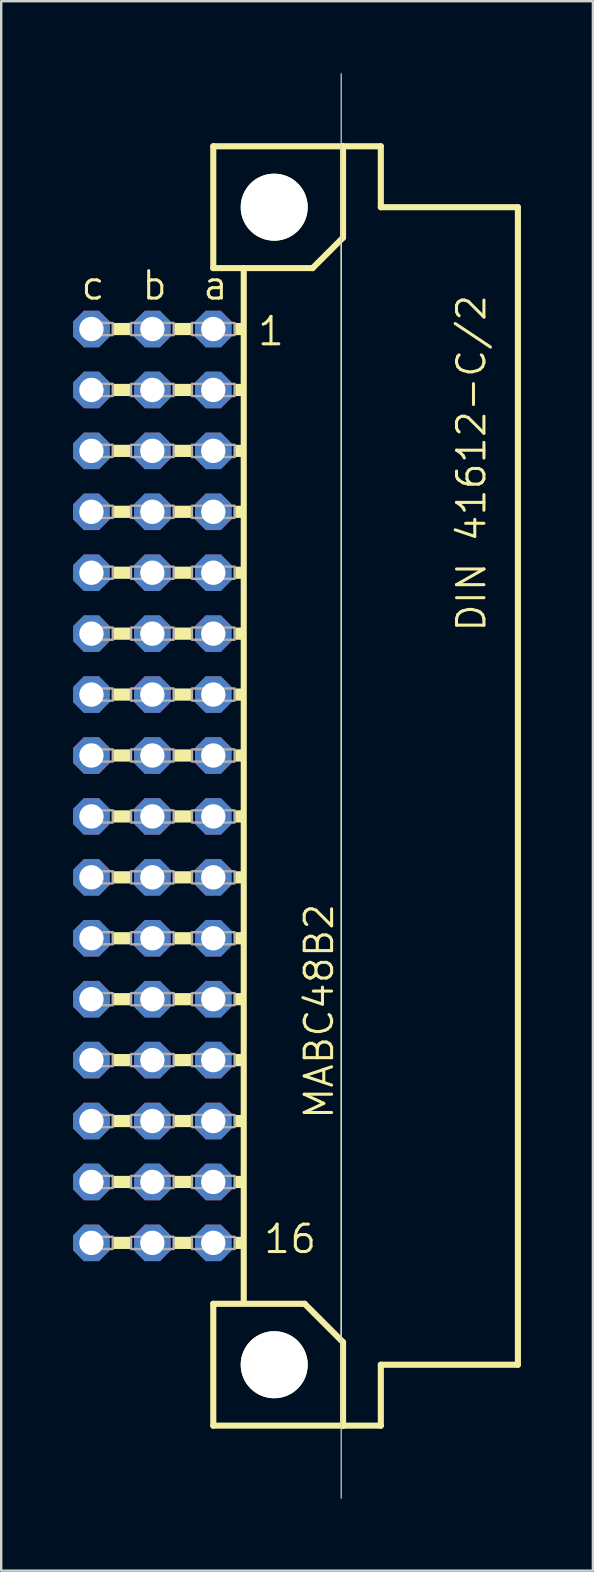
<source format=kicad_pcb>
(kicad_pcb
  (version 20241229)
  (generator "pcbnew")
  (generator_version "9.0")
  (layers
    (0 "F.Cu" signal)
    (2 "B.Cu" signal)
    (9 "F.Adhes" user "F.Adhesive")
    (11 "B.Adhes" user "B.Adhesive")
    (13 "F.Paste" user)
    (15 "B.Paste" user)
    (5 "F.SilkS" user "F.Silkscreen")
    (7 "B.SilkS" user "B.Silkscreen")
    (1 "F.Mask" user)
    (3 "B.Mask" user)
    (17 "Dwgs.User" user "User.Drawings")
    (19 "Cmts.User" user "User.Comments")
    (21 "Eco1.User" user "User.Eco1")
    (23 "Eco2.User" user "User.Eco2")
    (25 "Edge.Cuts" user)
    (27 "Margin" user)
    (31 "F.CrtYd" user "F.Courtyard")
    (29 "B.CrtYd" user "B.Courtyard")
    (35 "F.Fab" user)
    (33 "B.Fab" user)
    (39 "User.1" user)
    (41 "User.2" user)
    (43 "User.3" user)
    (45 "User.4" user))
  (footprint "MABC48B2"
    (layer "F.Cu")
    (at 10.922 29.718)
    (property "Reference" "MABC48B2" (at 0 13.97 90) (layer "F.SilkS") (effects (font (size 1.143 1.143) (thickness 0.127)) (justify left bottom)))
    (fp_line (start -5.08 -26.67) (end -5.08 -21.59) (stroke (width 0.254) (type solid)) (layer "F.SilkS"))
    (fp_line (start -5.08 -21.59) (end -3.81 -21.59) (stroke (width 0.254) (type solid)) (layer "F.SilkS"))
    (fp_line (start -5.08 21.59) (end -5.08 26.67) (stroke (width 0.254) (type solid)) (layer "F.SilkS"))
    (fp_line (start -5.08 21.59) (end -1.27 21.59) (stroke (width 0.254) (type solid)) (layer "F.SilkS"))
    (fp_line (start -5.08 26.67) (end 0.33 26.67) (stroke (width 0.254) (type solid)) (layer "F.SilkS"))
    (fp_line (start -3.81 -21.59) (end -3.81 21.463) (stroke (width 0.254) (type solid)) (layer "F.SilkS"))
    (fp_line (start -3.81 -21.59) (end -0.94 -21.59) (stroke (width 0.254) (type solid)) (layer "F.SilkS"))
    (fp_line (start -0.94 -21.59) (end 0.33 -22.86) (stroke (width 0.254) (type solid)) (layer "F.SilkS"))
    (fp_line (start 0.254 -23.495) (end 0.254 23.495) (stroke (width 0.051) (type solid)) (layer "F.SilkS"))
    (fp_line (start 0.33 -26.67) (end -5.08 -26.67) (stroke (width 0.254) (type solid)) (layer "F.SilkS"))
    (fp_line (start 0.33 -22.86) (end 0.33 -26.67) (stroke (width 0.254) (type solid)) (layer "F.SilkS"))
    (fp_line (start 0.33 23.19) (end -1.27 21.59) (stroke (width 0.254) (type solid)) (layer "F.SilkS"))
    (fp_line (start 0.33 23.19) (end 0.33 26.67) (stroke (width 0.254) (type solid)) (layer "F.SilkS"))
    (fp_line (start 0.33 26.67) (end 1.905 26.67) (stroke (width 0.254) (type solid)) (layer "F.SilkS"))
    (fp_line (start 1.905 -26.67) (end 0.33 -26.67) (stroke (width 0.254) (type solid)) (layer "F.SilkS"))
    (fp_line (start 1.905 -24.13) (end 1.905 -26.67) (stroke (width 0.254) (type solid)) (layer "F.SilkS"))
    (fp_line (start 1.905 24.13) (end 7.62 24.13) (stroke (width 0.254) (type solid)) (layer "F.SilkS"))
    (fp_line (start 1.905 26.67) (end 1.905 24.13) (stroke (width 0.254) (type solid)) (layer "F.SilkS"))
    (fp_line (start 7.62 -24.13) (end 1.905 -24.13) (stroke (width 0.254) (type solid)) (layer "F.SilkS"))
    (fp_line (start 7.62 24.13) (end 7.62 -24.13) (stroke (width 0.254) (type solid)) (layer "F.SilkS"))
    (fp_circle (center -2.54 -24.13) (end -1.27 -24.13) (stroke (width 0.254) (type solid)) (fill no) (layer "F.SilkS"))
    (fp_circle (center -2.54 24.13) (end -1.27 24.13) (stroke (width 0.254) (type solid)) (fill no) (layer "F.SilkS"))
    (fp_poly (pts (xy -9.271 -18.796) (xy -8.509 -18.796) (xy -8.509 -19.304) (xy -9.271 -19.304)) (stroke (width 0) (type default)) (fill yes) (layer "F.SilkS"))
    (fp_poly (pts (xy -9.271 -16.256) (xy -8.509 -16.256) (xy -8.509 -16.764) (xy -9.271 -16.764)) (stroke (width 0) (type default)) (fill yes) (layer "F.SilkS"))
    (fp_poly (pts (xy -9.271 -13.716) (xy -8.509 -13.716) (xy -8.509 -14.224) (xy -9.271 -14.224)) (stroke (width 0) (type default)) (fill yes) (layer "F.SilkS"))
    (fp_poly (pts (xy -9.271 -11.176) (xy -8.509 -11.176) (xy -8.509 -11.684) (xy -9.271 -11.684)) (stroke (width 0) (type default)) (fill yes) (layer "F.SilkS"))
    (fp_poly (pts (xy -9.271 -8.636) (xy -8.509 -8.636) (xy -8.509 -9.144) (xy -9.271 -9.144)) (stroke (width 0) (type default)) (fill yes) (layer "F.SilkS"))
    (fp_poly (pts (xy -9.271 -6.096) (xy -8.509 -6.096) (xy -8.509 -6.604) (xy -9.271 -6.604)) (stroke (width 0) (type default)) (fill yes) (layer "F.SilkS"))
    (fp_poly (pts (xy -9.271 -3.556) (xy -8.509 -3.556) (xy -8.509 -4.064) (xy -9.271 -4.064)) (stroke (width 0) (type default)) (fill yes) (layer "F.SilkS"))
    (fp_poly (pts (xy -9.271 -1.016) (xy -8.509 -1.016) (xy -8.509 -1.524) (xy -9.271 -1.524)) (stroke (width 0) (type default)) (fill yes) (layer "F.SilkS"))
    (fp_poly (pts (xy -9.271 1.524) (xy -8.509 1.524) (xy -8.509 1.016) (xy -9.271 1.016)) (stroke (width 0) (type default)) (fill yes) (layer "F.SilkS"))
    (fp_poly (pts (xy -9.271 4.064) (xy -8.509 4.064) (xy -8.509 3.556) (xy -9.271 3.556)) (stroke (width 0) (type default)) (fill yes) (layer "F.SilkS"))
    (fp_poly (pts (xy -9.271 6.604) (xy -8.509 6.604) (xy -8.509 6.096) (xy -9.271 6.096)) (stroke (width 0) (type default)) (fill yes) (layer "F.SilkS"))
    (fp_poly (pts (xy -9.271 9.144) (xy -8.509 9.144) (xy -8.509 8.636) (xy -9.271 8.636)) (stroke (width 0) (type default)) (fill yes) (layer "F.SilkS"))
    (fp_poly (pts (xy -9.271 11.684) (xy -8.509 11.684) (xy -8.509 11.176) (xy -9.271 11.176)) (stroke (width 0) (type default)) (fill yes) (layer "F.SilkS"))
    (fp_poly (pts (xy -9.271 14.224) (xy -8.509 14.224) (xy -8.509 13.716) (xy -9.271 13.716)) (stroke (width 0) (type default)) (fill yes) (layer "F.SilkS"))
    (fp_poly (pts (xy -9.271 16.764) (xy -8.509 16.764) (xy -8.509 16.256) (xy -9.271 16.256)) (stroke (width 0) (type default)) (fill yes) (layer "F.SilkS"))
    (fp_poly (pts (xy -9.271 19.304) (xy -8.509 19.304) (xy -8.509 18.796) (xy -9.271 18.796)) (stroke (width 0) (type default)) (fill yes) (layer "F.SilkS"))
    (fp_poly (pts (xy -6.731 -18.796) (xy -5.969 -18.796) (xy -5.969 -19.304) (xy -6.731 -19.304)) (stroke (width 0) (type default)) (fill yes) (layer "F.SilkS"))
    (fp_poly (pts (xy -6.731 -16.256) (xy -5.969 -16.256) (xy -5.969 -16.764) (xy -6.731 -16.764)) (stroke (width 0) (type default)) (fill yes) (layer "F.SilkS"))
    (fp_poly (pts (xy -6.731 -13.716) (xy -5.969 -13.716) (xy -5.969 -14.224) (xy -6.731 -14.224)) (stroke (width 0) (type default)) (fill yes) (layer "F.SilkS"))
    (fp_poly (pts (xy -6.731 -11.176) (xy -5.969 -11.176) (xy -5.969 -11.684) (xy -6.731 -11.684)) (stroke (width 0) (type default)) (fill yes) (layer "F.SilkS"))
    (fp_poly (pts (xy -6.731 -8.636) (xy -5.969 -8.636) (xy -5.969 -9.144) (xy -6.731 -9.144)) (stroke (width 0) (type default)) (fill yes) (layer "F.SilkS"))
    (fp_poly (pts (xy -6.731 -6.096) (xy -5.969 -6.096) (xy -5.969 -6.604) (xy -6.731 -6.604)) (stroke (width 0) (type default)) (fill yes) (layer "F.SilkS"))
    (fp_poly (pts (xy -6.731 -3.556) (xy -5.969 -3.556) (xy -5.969 -4.064) (xy -6.731 -4.064)) (stroke (width 0) (type default)) (fill yes) (layer "F.SilkS"))
    (fp_poly (pts (xy -6.731 -1.016) (xy -5.969 -1.016) (xy -5.969 -1.524) (xy -6.731 -1.524)) (stroke (width 0) (type default)) (fill yes) (layer "F.SilkS"))
    (fp_poly (pts (xy -6.731 1.524) (xy -5.969 1.524) (xy -5.969 1.016) (xy -6.731 1.016)) (stroke (width 0) (type default)) (fill yes) (layer "F.SilkS"))
    (fp_poly (pts (xy -6.731 4.064) (xy -5.969 4.064) (xy -5.969 3.556) (xy -6.731 3.556)) (stroke (width 0) (type default)) (fill yes) (layer "F.SilkS"))
    (fp_poly (pts (xy -6.731 6.604) (xy -5.969 6.604) (xy -5.969 6.096) (xy -6.731 6.096)) (stroke (width 0) (type default)) (fill yes) (layer "F.SilkS"))
    (fp_poly (pts (xy -6.731 9.144) (xy -5.969 9.144) (xy -5.969 8.636) (xy -6.731 8.636)) (stroke (width 0) (type default)) (fill yes) (layer "F.SilkS"))
    (fp_poly (pts (xy -6.731 11.684) (xy -5.969 11.684) (xy -5.969 11.176) (xy -6.731 11.176)) (stroke (width 0) (type default)) (fill yes) (layer "F.SilkS"))
    (fp_poly (pts (xy -6.731 14.224) (xy -5.969 14.224) (xy -5.969 13.716) (xy -6.731 13.716)) (stroke (width 0) (type default)) (fill yes) (layer "F.SilkS"))
    (fp_poly (pts (xy -6.731 16.764) (xy -5.969 16.764) (xy -5.969 16.256) (xy -6.731 16.256)) (stroke (width 0) (type default)) (fill yes) (layer "F.SilkS"))
    (fp_poly (pts (xy -6.731 19.304) (xy -5.969 19.304) (xy -5.969 18.796) (xy -6.731 18.796)) (stroke (width 0) (type default)) (fill yes) (layer "F.SilkS"))
    (fp_poly (pts (xy -4.191 -18.796) (xy -3.81 -18.796) (xy -3.81 -19.304) (xy -4.191 -19.304)) (stroke (width 0) (type default)) (fill yes) (layer "F.SilkS"))
    (fp_poly (pts (xy -4.191 -16.256) (xy -3.81 -16.256) (xy -3.81 -16.764) (xy -4.191 -16.764)) (stroke (width 0) (type default)) (fill yes) (layer "F.SilkS"))
    (fp_poly (pts (xy -4.191 -13.716) (xy -3.81 -13.716) (xy -3.81 -14.224) (xy -4.191 -14.224)) (stroke (width 0) (type default)) (fill yes) (layer "F.SilkS"))
    (fp_poly (pts (xy -4.191 -11.176) (xy -3.81 -11.176) (xy -3.81 -11.684) (xy -4.191 -11.684)) (stroke (width 0) (type default)) (fill yes) (layer "F.SilkS"))
    (fp_poly (pts (xy -4.191 -8.636) (xy -3.81 -8.636) (xy -3.81 -9.144) (xy -4.191 -9.144)) (stroke (width 0) (type default)) (fill yes) (layer "F.SilkS"))
    (fp_poly (pts (xy -4.191 -6.096) (xy -3.81 -6.096) (xy -3.81 -6.604) (xy -4.191 -6.604)) (stroke (width 0) (type default)) (fill yes) (layer "F.SilkS"))
    (fp_poly (pts (xy -4.191 -3.556) (xy -3.81 -3.556) (xy -3.81 -4.064) (xy -4.191 -4.064)) (stroke (width 0) (type default)) (fill yes) (layer "F.SilkS"))
    (fp_poly (pts (xy -4.191 -1.016) (xy -3.81 -1.016) (xy -3.81 -1.524) (xy -4.191 -1.524)) (stroke (width 0) (type default)) (fill yes) (layer "F.SilkS"))
    (fp_poly (pts (xy -4.191 1.524) (xy -3.81 1.524) (xy -3.81 1.016) (xy -4.191 1.016)) (stroke (width 0) (type default)) (fill yes) (layer "F.SilkS"))
    (fp_poly (pts (xy -4.191 4.064) (xy -3.81 4.064) (xy -3.81 3.556) (xy -4.191 3.556)) (stroke (width 0) (type default)) (fill yes) (layer "F.SilkS"))
    (fp_poly (pts (xy -4.191 6.604) (xy -3.81 6.604) (xy -3.81 6.096) (xy -4.191 6.096)) (stroke (width 0) (type default)) (fill yes) (layer "F.SilkS"))
    (fp_poly (pts (xy -4.191 9.144) (xy -3.81 9.144) (xy -3.81 8.636) (xy -4.191 8.636)) (stroke (width 0) (type default)) (fill yes) (layer "F.SilkS"))
    (fp_poly (pts (xy -4.191 11.684) (xy -3.81 11.684) (xy -3.81 11.176) (xy -4.191 11.176)) (stroke (width 0) (type default)) (fill yes) (layer "F.SilkS"))
    (fp_poly (pts (xy -4.191 14.224) (xy -3.81 14.224) (xy -3.81 13.716) (xy -4.191 13.716)) (stroke (width 0) (type default)) (fill yes) (layer "F.SilkS"))
    (fp_poly (pts (xy -4.191 16.764) (xy -3.81 16.764) (xy -3.81 16.256) (xy -4.191 16.256)) (stroke (width 0) (type default)) (fill yes) (layer "F.SilkS"))
    (fp_poly (pts (xy -4.191 19.304) (xy -3.81 19.304) (xy -3.81 18.796) (xy -4.191 18.796)) (stroke (width 0) (type default)) (fill yes) (layer "F.SilkS"))
    (fp_line (start 0.254 29.693) (end 0.254 -29.693) (stroke (width 0.05) (type solid)) (layer "Edge.Cuts"))
    (fp_poly (pts (xy -10.414 -18.796) (xy -9.271 -18.796) (xy -9.271 -19.304) (xy -10.414 -19.304)) (stroke (width 0.1) (type default)) (fill no) (layer "F.Fab"))
    (fp_poly (pts (xy -10.414 -16.256) (xy -9.271 -16.256) (xy -9.271 -16.764) (xy -10.414 -16.764)) (stroke (width 0.1) (type default)) (fill no) (layer "F.Fab"))
    (fp_poly (pts (xy -10.414 -13.716) (xy -9.271 -13.716) (xy -9.271 -14.224) (xy -10.414 -14.224)) (stroke (width 0.1) (type default)) (fill no) (layer "F.Fab"))
    (fp_poly (pts (xy -10.414 -11.176) (xy -9.271 -11.176) (xy -9.271 -11.684) (xy -10.414 -11.684)) (stroke (width 0.1) (type default)) (fill no) (layer "F.Fab"))
    (fp_poly (pts (xy -10.414 -8.636) (xy -9.271 -8.636) (xy -9.271 -9.144) (xy -10.414 -9.144)) (stroke (width 0.1) (type default)) (fill no) (layer "F.Fab"))
    (fp_poly (pts (xy -10.414 -6.096) (xy -9.271 -6.096) (xy -9.271 -6.604) (xy -10.414 -6.604)) (stroke (width 0.1) (type default)) (fill no) (layer "F.Fab"))
    (fp_poly (pts (xy -10.414 -3.556) (xy -9.271 -3.556) (xy -9.271 -4.064) (xy -10.414 -4.064)) (stroke (width 0.1) (type default)) (fill no) (layer "F.Fab"))
    (fp_poly (pts (xy -10.414 -1.016) (xy -9.271 -1.016) (xy -9.271 -1.524) (xy -10.414 -1.524)) (stroke (width 0.1) (type default)) (fill no) (layer "F.Fab"))
    (fp_poly (pts (xy -10.414 1.524) (xy -9.271 1.524) (xy -9.271 1.016) (xy -10.414 1.016)) (stroke (width 0.1) (type default)) (fill no) (layer "F.Fab"))
    (fp_poly (pts (xy -10.414 4.064) (xy -9.271 4.064) (xy -9.271 3.556) (xy -10.414 3.556)) (stroke (width 0.1) (type default)) (fill no) (layer "F.Fab"))
    (fp_poly (pts (xy -10.414 6.604) (xy -9.271 6.604) (xy -9.271 6.096) (xy -10.414 6.096)) (stroke (width 0.1) (type default)) (fill no) (layer "F.Fab"))
    (fp_poly (pts (xy -10.414 9.144) (xy -9.271 9.144) (xy -9.271 8.636) (xy -10.414 8.636)) (stroke (width 0.1) (type default)) (fill no) (layer "F.Fab"))
    (fp_poly (pts (xy -10.414 11.684) (xy -9.271 11.684) (xy -9.271 11.176) (xy -10.414 11.176)) (stroke (width 0.1) (type default)) (fill no) (layer "F.Fab"))
    (fp_poly (pts (xy -10.414 14.224) (xy -9.271 14.224) (xy -9.271 13.716) (xy -10.414 13.716)) (stroke (width 0.1) (type default)) (fill no) (layer "F.Fab"))
    (fp_poly (pts (xy -10.414 16.764) (xy -9.271 16.764) (xy -9.271 16.256) (xy -10.414 16.256)) (stroke (width 0.1) (type default)) (fill no) (layer "F.Fab"))
    (fp_poly (pts (xy -10.414 19.304) (xy -9.271 19.304) (xy -9.271 18.796) (xy -10.414 18.796)) (stroke (width 0.1) (type default)) (fill no) (layer "F.Fab"))
    (fp_poly (pts (xy -8.509 -18.796) (xy -6.731 -18.796) (xy -6.731 -19.304) (xy -8.509 -19.304)) (stroke (width 0.1) (type default)) (fill no) (layer "F.Fab"))
    (fp_poly (pts (xy -8.509 -16.256) (xy -6.731 -16.256) (xy -6.731 -16.764) (xy -8.509 -16.764)) (stroke (width 0.1) (type default)) (fill no) (layer "F.Fab"))
    (fp_poly (pts (xy -8.509 -13.716) (xy -6.731 -13.716) (xy -6.731 -14.224) (xy -8.509 -14.224)) (stroke (width 0.1) (type default)) (fill no) (layer "F.Fab"))
    (fp_poly (pts (xy -8.509 -11.176) (xy -6.731 -11.176) (xy -6.731 -11.684) (xy -8.509 -11.684)) (stroke (width 0.1) (type default)) (fill no) (layer "F.Fab"))
    (fp_poly (pts (xy -8.509 -8.636) (xy -6.731 -8.636) (xy -6.731 -9.144) (xy -8.509 -9.144)) (stroke (width 0.1) (type default)) (fill no) (layer "F.Fab"))
    (fp_poly (pts (xy -8.509 -6.096) (xy -6.731 -6.096) (xy -6.731 -6.604) (xy -8.509 -6.604)) (stroke (width 0.1) (type default)) (fill no) (layer "F.Fab"))
    (fp_poly (pts (xy -8.509 -3.556) (xy -6.731 -3.556) (xy -6.731 -4.064) (xy -8.509 -4.064)) (stroke (width 0.1) (type default)) (fill no) (layer "F.Fab"))
    (fp_poly (pts (xy -8.509 -1.016) (xy -6.731 -1.016) (xy -6.731 -1.524) (xy -8.509 -1.524)) (stroke (width 0.1) (type default)) (fill no) (layer "F.Fab"))
    (fp_poly (pts (xy -8.509 1.524) (xy -6.731 1.524) (xy -6.731 1.016) (xy -8.509 1.016)) (stroke (width 0.1) (type default)) (fill no) (layer "F.Fab"))
    (fp_poly (pts (xy -8.509 4.064) (xy -6.731 4.064) (xy -6.731 3.556) (xy -8.509 3.556)) (stroke (width 0.1) (type default)) (fill no) (layer "F.Fab"))
    (fp_poly (pts (xy -8.509 6.604) (xy -6.731 6.604) (xy -6.731 6.096) (xy -8.509 6.096)) (stroke (width 0.1) (type default)) (fill no) (layer "F.Fab"))
    (fp_poly (pts (xy -8.509 9.144) (xy -6.731 9.144) (xy -6.731 8.636) (xy -8.509 8.636)) (stroke (width 0.1) (type default)) (fill no) (layer "F.Fab"))
    (fp_poly (pts (xy -8.509 11.684) (xy -6.731 11.684) (xy -6.731 11.176) (xy -8.509 11.176)) (stroke (width 0.1) (type default)) (fill no) (layer "F.Fab"))
    (fp_poly (pts (xy -8.509 14.224) (xy -6.731 14.224) (xy -6.731 13.716) (xy -8.509 13.716)) (stroke (width 0.1) (type default)) (fill no) (layer "F.Fab"))
    (fp_poly (pts (xy -8.509 16.764) (xy -6.731 16.764) (xy -6.731 16.256) (xy -8.509 16.256)) (stroke (width 0.1) (type default)) (fill no) (layer "F.Fab"))
    (fp_poly (pts (xy -8.509 19.304) (xy -6.731 19.304) (xy -6.731 18.796) (xy -8.509 18.796)) (stroke (width 0.1) (type default)) (fill no) (layer "F.Fab"))
    (fp_poly (pts (xy -5.969 -18.796) (xy -4.191 -18.796) (xy -4.191 -19.304) (xy -5.969 -19.304)) (stroke (width 0.1) (type default)) (fill no) (layer "F.Fab"))
    (fp_poly (pts (xy -5.969 -16.256) (xy -4.191 -16.256) (xy -4.191 -16.764) (xy -5.969 -16.764)) (stroke (width 0.1) (type default)) (fill no) (layer "F.Fab"))
    (fp_poly (pts (xy -5.969 -13.716) (xy -4.191 -13.716) (xy -4.191 -14.224) (xy -5.969 -14.224)) (stroke (width 0.1) (type default)) (fill no) (layer "F.Fab"))
    (fp_poly (pts (xy -5.969 -11.176) (xy -4.191 -11.176) (xy -4.191 -11.684) (xy -5.969 -11.684)) (stroke (width 0.1) (type default)) (fill no) (layer "F.Fab"))
    (fp_poly (pts (xy -5.969 -8.636) (xy -4.191 -8.636) (xy -4.191 -9.144) (xy -5.969 -9.144)) (stroke (width 0.1) (type default)) (fill no) (layer "F.Fab"))
    (fp_poly (pts (xy -5.969 -6.096) (xy -4.191 -6.096) (xy -4.191 -6.604) (xy -5.969 -6.604)) (stroke (width 0.1) (type default)) (fill no) (layer "F.Fab"))
    (fp_poly (pts (xy -5.969 -3.556) (xy -4.191 -3.556) (xy -4.191 -4.064) (xy -5.969 -4.064)) (stroke (width 0.1) (type default)) (fill no) (layer "F.Fab"))
    (fp_poly (pts (xy -5.969 -1.016) (xy -4.191 -1.016) (xy -4.191 -1.524) (xy -5.969 -1.524)) (stroke (width 0.1) (type default)) (fill no) (layer "F.Fab"))
    (fp_poly (pts (xy -5.969 1.524) (xy -4.191 1.524) (xy -4.191 1.016) (xy -5.969 1.016)) (stroke (width 0.1) (type default)) (fill no) (layer "F.Fab"))
    (fp_poly (pts (xy -5.969 4.064) (xy -4.191 4.064) (xy -4.191 3.556) (xy -5.969 3.556)) (stroke (width 0.1) (type default)) (fill no) (layer "F.Fab"))
    (fp_poly (pts (xy -5.969 6.604) (xy -4.191 6.604) (xy -4.191 6.096) (xy -5.969 6.096)) (stroke (width 0.1) (type default)) (fill no) (layer "F.Fab"))
    (fp_poly (pts (xy -5.969 9.144) (xy -4.191 9.144) (xy -4.191 8.636) (xy -5.969 8.636)) (stroke (width 0.1) (type default)) (fill no) (layer "F.Fab"))
    (fp_poly (pts (xy -5.969 11.684) (xy -4.191 11.684) (xy -4.191 11.176) (xy -5.969 11.176)) (stroke (width 0.1) (type default)) (fill no) (layer "F.Fab"))
    (fp_poly (pts (xy -5.969 14.224) (xy -4.191 14.224) (xy -4.191 13.716) (xy -5.969 13.716)) (stroke (width 0.1) (type default)) (fill no) (layer "F.Fab"))
    (fp_poly (pts (xy -5.969 16.764) (xy -4.191 16.764) (xy -4.191 16.256) (xy -5.969 16.256)) (stroke (width 0.1) (type default)) (fill no) (layer "F.Fab"))
    (fp_poly (pts (xy -5.969 19.304) (xy -4.191 19.304) (xy -4.191 18.796) (xy -5.969 18.796)) (stroke (width 0.1) (type default)) (fill no) (layer "F.Fab"))
    (fp_text user "1" (at -3.302 -18.288 0) (layer "F.SilkS") (effects (font (size 1.143 1.143) (thickness 0.127)) (justify left bottom)))
    (fp_text user "DIN 41612-C/2" (at 6.35 -6.35 90) (layer "F.SilkS") (effects (font (size 1.143 1.143) (thickness 0.127)) (justify left bottom)))
    (fp_text user "b" (at -8.128 -20.193 0) (layer "F.SilkS") (effects (font (size 1.143 1.143) (thickness 0.127)) (justify left bottom)))
    (fp_text user "a" (at -5.588 -20.193 0) (layer "F.SilkS") (effects (font (size 1.143 1.143) (thickness 0.127)) (justify left bottom)))
    (fp_text user "16" (at -3.048 19.558 0) (layer "F.SilkS") (effects (font (size 1.143 1.143) (thickness 0.127)) (justify left bottom)))
    (fp_text user "c" (at -10.668 -20.193 0) (layer "F.SilkS") (effects (font (size 1.143 1.143) (thickness 0.127)) (justify left bottom)))
    (pad "" np_thru_hole circle (at -2.54 -24.13) (size 2.794 2.794) (drill 2.794) (layers "*.Cu" "*.Mask"))
    (pad "" np_thru_hole circle (at -2.54 24.13) (size 2.794 2.794) (drill 2.794) (layers "*.Cu" "*.Mask"))
    (pad "A1" thru_hole roundrect (at -5.08 -19.05) (size 1.524 1.524) (drill 1.016) (layers "*.Cu" "*.Mask") (roundrect_rratio 0.25) (chamfer_ratio 0.293) (chamfer top_left top_right bottom_left bottom_right))
    (pad "A2" thru_hole roundrect (at -5.08 -16.51) (size 1.524 1.524) (drill 1.016) (layers "*.Cu" "*.Mask") (roundrect_rratio 0.25) (chamfer_ratio 0.293) (chamfer top_left top_right bottom_left bottom_right))
    (pad "A3" thru_hole roundrect (at -5.08 -13.97) (size 1.524 1.524) (drill 1.016) (layers "*.Cu" "*.Mask") (roundrect_rratio 0.25) (chamfer_ratio 0.293) (chamfer top_left top_right bottom_left bottom_right))
    (pad "A4" thru_hole roundrect (at -5.08 -11.43) (size 1.524 1.524) (drill 1.016) (layers "*.Cu" "*.Mask") (roundrect_rratio 0.25) (chamfer_ratio 0.293) (chamfer top_left top_right bottom_left bottom_right))
    (pad "A5" thru_hole roundrect (at -5.08 -8.89) (size 1.524 1.524) (drill 1.016) (layers "*.Cu" "*.Mask") (roundrect_rratio 0.25) (chamfer_ratio 0.293) (chamfer top_left top_right bottom_left bottom_right))
    (pad "A6" thru_hole roundrect (at -5.08 -6.35) (size 1.524 1.524) (drill 1.016) (layers "*.Cu" "*.Mask") (roundrect_rratio 0.25) (chamfer_ratio 0.293) (chamfer top_left top_right bottom_left bottom_right))
    (pad "A7" thru_hole roundrect (at -5.08 -3.81) (size 1.524 1.524) (drill 1.016) (layers "*.Cu" "*.Mask") (roundrect_rratio 0.25) (chamfer_ratio 0.293) (chamfer top_left top_right bottom_left bottom_right))
    (pad "A8" thru_hole roundrect (at -5.08 -1.27) (size 1.524 1.524) (drill 1.016) (layers "*.Cu" "*.Mask") (roundrect_rratio 0.25) (chamfer_ratio 0.293) (chamfer top_left top_right bottom_left bottom_right))
    (pad "A9" thru_hole roundrect (at -5.08 1.27) (size 1.524 1.524) (drill 1.016) (layers "*.Cu" "*.Mask") (roundrect_rratio 0.25) (chamfer_ratio 0.293) (chamfer top_left top_right bottom_left bottom_right))
    (pad "A10" thru_hole roundrect (at -5.08 3.81) (size 1.524 1.524) (drill 1.016) (layers "*.Cu" "*.Mask") (roundrect_rratio 0.25) (chamfer_ratio 0.293) (chamfer top_left top_right bottom_left bottom_right))
    (pad "A11" thru_hole roundrect (at -5.08 6.35) (size 1.524 1.524) (drill 1.016) (layers "*.Cu" "*.Mask") (roundrect_rratio 0.25) (chamfer_ratio 0.293) (chamfer top_left top_right bottom_left bottom_right))
    (pad "A12" thru_hole roundrect (at -5.08 8.89) (size 1.524 1.524) (drill 1.016) (layers "*.Cu" "*.Mask") (roundrect_rratio 0.25) (chamfer_ratio 0.293) (chamfer top_left top_right bottom_left bottom_right))
    (pad "A13" thru_hole roundrect (at -5.08 11.43) (size 1.524 1.524) (drill 1.016) (layers "*.Cu" "*.Mask") (roundrect_rratio 0.25) (chamfer_ratio 0.293) (chamfer top_left top_right bottom_left bottom_right))
    (pad "A14" thru_hole roundrect (at -5.08 13.97) (size 1.524 1.524) (drill 1.016) (layers "*.Cu" "*.Mask") (roundrect_rratio 0.25) (chamfer_ratio 0.293) (chamfer top_left top_right bottom_left bottom_right))
    (pad "A15" thru_hole roundrect (at -5.08 16.51) (size 1.524 1.524) (drill 1.016) (layers "*.Cu" "*.Mask") (roundrect_rratio 0.25) (chamfer_ratio 0.293) (chamfer top_left top_right bottom_left bottom_right))
    (pad "A16" thru_hole roundrect (at -5.08 19.05) (size 1.524 1.524) (drill 1.016) (layers "*.Cu" "*.Mask") (roundrect_rratio 0.25) (chamfer_ratio 0.293) (chamfer top_left top_right bottom_left bottom_right))
    (pad "B1" thru_hole roundrect (at -7.62 -19.05) (size 1.524 1.524) (drill 1.016) (layers "*.Cu" "*.Mask") (roundrect_rratio 0.25) (chamfer_ratio 0.293) (chamfer top_left top_right bottom_left bottom_right))
    (pad "B2" thru_hole roundrect (at -7.62 -16.51) (size 1.524 1.524) (drill 1.016) (layers "*.Cu" "*.Mask") (roundrect_rratio 0.25) (chamfer_ratio 0.293) (chamfer top_left top_right bottom_left bottom_right))
    (pad "B3" thru_hole roundrect (at -7.62 -13.97) (size 1.524 1.524) (drill 1.016) (layers "*.Cu" "*.Mask") (roundrect_rratio 0.25) (chamfer_ratio 0.293) (chamfer top_left top_right bottom_left bottom_right))
    (pad "B4" thru_hole roundrect (at -7.62 -11.43) (size 1.524 1.524) (drill 1.016) (layers "*.Cu" "*.Mask") (roundrect_rratio 0.25) (chamfer_ratio 0.293) (chamfer top_left top_right bottom_left bottom_right))
    (pad "B5" thru_hole roundrect (at -7.62 -8.89) (size 1.524 1.524) (drill 1.016) (layers "*.Cu" "*.Mask") (roundrect_rratio 0.25) (chamfer_ratio 0.293) (chamfer top_left top_right bottom_left bottom_right))
    (pad "B6" thru_hole roundrect (at -7.62 -6.35) (size 1.524 1.524) (drill 1.016) (layers "*.Cu" "*.Mask") (roundrect_rratio 0.25) (chamfer_ratio 0.293) (chamfer top_left top_right bottom_left bottom_right))
    (pad "B7" thru_hole roundrect (at -7.62 -3.81) (size 1.524 1.524) (drill 1.016) (layers "*.Cu" "*.Mask") (roundrect_rratio 0.25) (chamfer_ratio 0.293) (chamfer top_left top_right bottom_left bottom_right))
    (pad "B8" thru_hole roundrect (at -7.62 -1.27) (size 1.524 1.524) (drill 1.016) (layers "*.Cu" "*.Mask") (roundrect_rratio 0.25) (chamfer_ratio 0.293) (chamfer top_left top_right bottom_left bottom_right))
    (pad "B9" thru_hole roundrect (at -7.62 1.27) (size 1.524 1.524) (drill 1.016) (layers "*.Cu" "*.Mask") (roundrect_rratio 0.25) (chamfer_ratio 0.293) (chamfer top_left top_right bottom_left bottom_right))
    (pad "B10" thru_hole roundrect (at -7.62 3.81) (size 1.524 1.524) (drill 1.016) (layers "*.Cu" "*.Mask") (roundrect_rratio 0.25) (chamfer_ratio 0.293) (chamfer top_left top_right bottom_left bottom_right))
    (pad "B11" thru_hole roundrect (at -7.62 6.35) (size 1.524 1.524) (drill 1.016) (layers "*.Cu" "*.Mask") (roundrect_rratio 0.25) (chamfer_ratio 0.293) (chamfer top_left top_right bottom_left bottom_right))
    (pad "B12" thru_hole roundrect (at -7.62 8.89) (size 1.524 1.524) (drill 1.016) (layers "*.Cu" "*.Mask") (roundrect_rratio 0.25) (chamfer_ratio 0.293) (chamfer top_left top_right bottom_left bottom_right))
    (pad "B13" thru_hole roundrect (at -7.62 11.43) (size 1.524 1.524) (drill 1.016) (layers "*.Cu" "*.Mask") (roundrect_rratio 0.25) (chamfer_ratio 0.293) (chamfer top_left top_right bottom_left bottom_right))
    (pad "B14" thru_hole roundrect (at -7.62 13.97) (size 1.524 1.524) (drill 1.016) (layers "*.Cu" "*.Mask") (roundrect_rratio 0.25) (chamfer_ratio 0.293) (chamfer top_left top_right bottom_left bottom_right))
    (pad "B15" thru_hole roundrect (at -7.62 16.51) (size 1.524 1.524) (drill 1.016) (layers "*.Cu" "*.Mask") (roundrect_rratio 0.25) (chamfer_ratio 0.293) (chamfer top_left top_right bottom_left bottom_right))
    (pad "B16" thru_hole roundrect (at -7.62 19.05) (size 1.524 1.524) (drill 1.016) (layers "*.Cu" "*.Mask") (roundrect_rratio 0.25) (chamfer_ratio 0.293) (chamfer top_left top_right bottom_left bottom_right))
    (pad "C1" thru_hole roundrect (at -10.16 -19.05) (size 1.524 1.524) (drill 1.016) (layers "*.Cu" "*.Mask") (roundrect_rratio 0.25) (chamfer_ratio 0.293) (chamfer top_left top_right bottom_left bottom_right))
    (pad "C2" thru_hole roundrect (at -10.16 -16.51) (size 1.524 1.524) (drill 1.016) (layers "*.Cu" "*.Mask") (roundrect_rratio 0.25) (chamfer_ratio 0.293) (chamfer top_left top_right bottom_left bottom_right))
    (pad "C3" thru_hole roundrect (at -10.16 -13.97) (size 1.524 1.524) (drill 1.016) (layers "*.Cu" "*.Mask") (roundrect_rratio 0.25) (chamfer_ratio 0.293) (chamfer top_left top_right bottom_left bottom_right))
    (pad "C4" thru_hole roundrect (at -10.16 -11.43) (size 1.524 1.524) (drill 1.016) (layers "*.Cu" "*.Mask") (roundrect_rratio 0.25) (chamfer_ratio 0.293) (chamfer top_left top_right bottom_left bottom_right))
    (pad "C5" thru_hole roundrect (at -10.16 -8.89) (size 1.524 1.524) (drill 1.016) (layers "*.Cu" "*.Mask") (roundrect_rratio 0.25) (chamfer_ratio 0.293) (chamfer top_left top_right bottom_left bottom_right))
    (pad "C6" thru_hole roundrect (at -10.16 -6.35) (size 1.524 1.524) (drill 1.016) (layers "*.Cu" "*.Mask") (roundrect_rratio 0.25) (chamfer_ratio 0.293) (chamfer top_left top_right bottom_left bottom_right))
    (pad "C7" thru_hole roundrect (at -10.16 -3.81) (size 1.524 1.524) (drill 1.016) (layers "*.Cu" "*.Mask") (roundrect_rratio 0.25) (chamfer_ratio 0.293) (chamfer top_left top_right bottom_left bottom_right))
    (pad "C8" thru_hole roundrect (at -10.16 -1.27) (size 1.524 1.524) (drill 1.016) (layers "*.Cu" "*.Mask") (roundrect_rratio 0.25) (chamfer_ratio 0.293) (chamfer top_left top_right bottom_left bottom_right))
    (pad "C9" thru_hole roundrect (at -10.16 1.27) (size 1.524 1.524) (drill 1.016) (layers "*.Cu" "*.Mask") (roundrect_rratio 0.25) (chamfer_ratio 0.293) (chamfer top_left top_right bottom_left bottom_right))
    (pad "C10" thru_hole roundrect (at -10.16 3.81) (size 1.524 1.524) (drill 1.016) (layers "*.Cu" "*.Mask") (roundrect_rratio 0.25) (chamfer_ratio 0.293) (chamfer top_left top_right bottom_left bottom_right))
    (pad "C11" thru_hole roundrect (at -10.16 6.35) (size 1.524 1.524) (drill 1.016) (layers "*.Cu" "*.Mask") (roundrect_rratio 0.25) (chamfer_ratio 0.293) (chamfer top_left top_right bottom_left bottom_right))
    (pad "C12" thru_hole roundrect (at -10.16 8.89) (size 1.524 1.524) (drill 1.016) (layers "*.Cu" "*.Mask") (roundrect_rratio 0.25) (chamfer_ratio 0.293) (chamfer top_left top_right bottom_left bottom_right))
    (pad "C13" thru_hole roundrect (at -10.16 11.43) (size 1.524 1.524) (drill 1.016) (layers "*.Cu" "*.Mask") (roundrect_rratio 0.25) (chamfer_ratio 0.293) (chamfer top_left top_right bottom_left bottom_right))
    (pad "C14" thru_hole roundrect (at -10.16 13.97) (size 1.524 1.524) (drill 1.016) (layers "*.Cu" "*.Mask") (roundrect_rratio 0.25) (chamfer_ratio 0.293) (chamfer top_left top_right bottom_left bottom_right))
    (pad "C15" thru_hole roundrect (at -10.16 16.51) (size 1.524 1.524) (drill 1.016) (layers "*.Cu" "*.Mask") (roundrect_rratio 0.25) (chamfer_ratio 0.293) (chamfer top_left top_right bottom_left bottom_right))
    (pad "C16" thru_hole roundrect (at -10.16 19.05) (size 1.524 1.524) (drill 1.016) (layers "*.Cu" "*.Mask") (roundrect_rratio 0.25) (chamfer_ratio 0.293) (chamfer top_left top_right bottom_left bottom_right))
    (zone (net_name "") (layers "F.Cu" "B.Cu") (hatch edge 0.5) (connect_pads) (min_thickness 0.25) (filled_areas_thickness no) (keepout (tracks allowed) (vias not_allowed) (pads allowed) (copperpour allowed) (footprints allowed)) (placement (enabled no)) (fill) (polygon (pts (xy 11.557 5.588) (xy 11.537 5.232) (xy 11.477 4.881) (xy 11.379 4.539) (xy 11.243 4.21) (xy 11.07 3.898) (xy 10.864 3.608) (xy 10.627 3.343) (xy 10.362 3.105) (xy 10.071 2.899) (xy 9.76 2.727) (xy 9.431 2.591) (xy 9.089 2.492) (xy 8.737 2.433) (xy 8.382 2.413) (xy 8.027 2.433) (xy 7.675 2.492) (xy 7.333 2.591) (xy 7.004 2.727) (xy 6.693 2.899) (xy 6.402 3.105) (xy 6.137 3.343) (xy 5.9 3.608) (xy 5.694 3.898) (xy 5.521 4.21) (xy 5.385 4.539) (xy 5.287 4.881) (xy 5.227 5.232) (xy 5.207 5.588) (xy 5.227 5.943) (xy 5.287 6.294) (xy 5.385 6.636) (xy 5.521 6.965) (xy 5.694 7.277) (xy 5.9 7.567) (xy 6.137 7.833) (xy 6.402 8.07) (xy 6.693 8.276) (xy 7.004 8.448) (xy 7.333 8.584) (xy 7.675 8.683) (xy 8.027 8.743) (xy 8.382 8.763) (xy 8.737 8.743) (xy 9.089 8.683) (xy 9.431 8.584) (xy 9.76 8.448) (xy 10.071 8.276) (xy 10.362 8.07) (xy 10.627 7.833) (xy 10.864 7.567) (xy 11.07 7.277) (xy 11.243 6.965) (xy 11.379 6.636) (xy 11.477 6.294) (xy 11.537 5.943))) (polygon (pts (xy 9.779 5.588) (xy 9.759 5.352) (xy 9.699 5.122) (xy 9.602 4.906) (xy 9.469 4.71) (xy 9.305 4.539) (xy 9.114 4.398) (xy 8.903 4.291) (xy 8.676 4.222) (xy 8.441 4.192) (xy 8.205 4.202) (xy 7.973 4.252) (xy 7.753 4.34) (xy 7.551 4.464) (xy 7.373 4.621) (xy 7.225 4.805) (xy 7.109 5.012) (xy 7.03 5.236) (xy 6.99 5.469) (xy 6.99 5.706) (xy 7.03 5.94) (xy 7.109 6.163) (xy 7.225 6.37) (xy 7.373 6.554) (xy 7.551 6.711) (xy 7.753 6.835) (xy 7.973 6.923) (xy 8.205 6.973) (xy 8.441 6.983) (xy 8.676 6.953) (xy 8.903 6.884) (xy 9.114 6.777) (xy 9.305 6.636) (xy 9.469 6.465) (xy 9.602 6.269) (xy 9.699 6.053) (xy 9.759 5.824))))
    (zone (net_name "") (layers "F.Cu" "B.Cu") (hatch edge 0.5) (connect_pads) (min_thickness 0.25) (filled_areas_thickness no) (keepout (tracks allowed) (vias not_allowed) (pads allowed) (copperpour allowed) (footprints allowed)) (placement (enabled no)) (fill) (polygon (pts (xy 11.557 53.848) (xy 11.537 53.492) (xy 11.477 53.141) (xy 11.379 52.799) (xy 11.243 52.47) (xy 11.07 52.158) (xy 10.864 51.868) (xy 10.627 51.603) (xy 10.362 51.365) (xy 10.071 51.159) (xy 9.76 50.987) (xy 9.431 50.851) (xy 9.089 50.752) (xy 8.737 50.693) (xy 8.382 50.673) (xy 8.027 50.693) (xy 7.675 50.752) (xy 7.333 50.851) (xy 7.004 50.987) (xy 6.693 51.159) (xy 6.402 51.365) (xy 6.137 51.603) (xy 5.9 51.868) (xy 5.694 52.158) (xy 5.521 52.47) (xy 5.385 52.799) (xy 5.287 53.141) (xy 5.227 53.492) (xy 5.207 53.848) (xy 5.227 54.203) (xy 5.287 54.554) (xy 5.385 54.896) (xy 5.521 55.225) (xy 5.694 55.537) (xy 5.9 55.827) (xy 6.137 56.093) (xy 6.402 56.33) (xy 6.693 56.536) (xy 7.004 56.708) (xy 7.333 56.844) (xy 7.675 56.943) (xy 8.027 57.003) (xy 8.382 57.023) (xy 8.737 57.003) (xy 9.089 56.943) (xy 9.431 56.844) (xy 9.76 56.708) (xy 10.071 56.536) (xy 10.362 56.33) (xy 10.627 56.093) (xy 10.864 55.827) (xy 11.07 55.537) (xy 11.243 55.225) (xy 11.379 54.896) (xy 11.477 54.554) (xy 11.537 54.203))) (polygon (pts (xy 9.779 53.848) (xy 9.759 53.612) (xy 9.699 53.382) (xy 9.602 53.166) (xy 9.469 52.97) (xy 9.305 52.799) (xy 9.114 52.658) (xy 8.903 52.551) (xy 8.676 52.482) (xy 8.441 52.452) (xy 8.205 52.462) (xy 7.973 52.512) (xy 7.753 52.6) (xy 7.551 52.724) (xy 7.373 52.881) (xy 7.225 53.065) (xy 7.109 53.272) (xy 7.03 53.496) (xy 6.99 53.729) (xy 6.99 53.966) (xy 7.03 54.2) (xy 7.109 54.423) (xy 7.225 54.63) (xy 7.373 54.814) (xy 7.551 54.971) (xy 7.753 55.095) (xy 7.973 55.183) (xy 8.205 55.233) (xy 8.441 55.243) (xy 8.676 55.213) (xy 8.903 55.144) (xy 9.114 55.037) (xy 9.305 54.896) (xy 9.469 54.725) (xy 9.602 54.529) (xy 9.699 54.313) (xy 9.759 54.084))))
    (zone (net_name "") (layer "B.Cu") (hatch edge 0.5) (connect_pads) (min_thickness 0.25) (filled_areas_thickness no) (keepout (tracks not_allowed) (vias not_allowed) (pads not_allowed) (copperpour not_allowed) (footprints allowed)) (placement (enabled no)) (fill) (polygon (pts (xy 11.557 5.588) (xy 11.537 5.232) (xy 11.477 4.881) (xy 11.379 4.539) (xy 11.243 4.21) (xy 11.07 3.898) (xy 10.864 3.608) (xy 10.627 3.343) (xy 10.362 3.105) (xy 10.071 2.899) (xy 9.76 2.727) (xy 9.431 2.591) (xy 9.089 2.492) (xy 8.737 2.433) (xy 8.382 2.413) (xy 8.027 2.433) (xy 7.675 2.492) (xy 7.333 2.591) (xy 7.004 2.727) (xy 6.693 2.899) (xy 6.402 3.105) (xy 6.137 3.343) (xy 5.9 3.608) (xy 5.694 3.898) (xy 5.521 4.21) (xy 5.385 4.539) (xy 5.287 4.881) (xy 5.227 5.232) (xy 5.207 5.588) (xy 5.227 5.943) (xy 5.287 6.294) (xy 5.385 6.636) (xy 5.521 6.965) (xy 5.694 7.277) (xy 5.9 7.567) (xy 6.137 7.833) (xy 6.402 8.07) (xy 6.693 8.276) (xy 7.004 8.448) (xy 7.333 8.584) (xy 7.675 8.683) (xy 8.027 8.743) (xy 8.382 8.763) (xy 8.737 8.743) (xy 9.089 8.683) (xy 9.431 8.584) (xy 9.76 8.448) (xy 10.071 8.276) (xy 10.362 8.07) (xy 10.627 7.833) (xy 10.864 7.567) (xy 11.07 7.277) (xy 11.243 6.965) (xy 11.379 6.636) (xy 11.477 6.294) (xy 11.537 5.943))) (polygon (pts (xy 9.779 5.588) (xy 9.759 5.352) (xy 9.699 5.122) (xy 9.602 4.906) (xy 9.469 4.71) (xy 9.305 4.539) (xy 9.114 4.398) (xy 8.903 4.291) (xy 8.676 4.222) (xy 8.441 4.192) (xy 8.205 4.202) (xy 7.973 4.252) (xy 7.753 4.34) (xy 7.551 4.464) (xy 7.373 4.621) (xy 7.225 4.805) (xy 7.109 5.012) (xy 7.03 5.236) (xy 6.99 5.469) (xy 6.99 5.706) (xy 7.03 5.94) (xy 7.109 6.163) (xy 7.225 6.37) (xy 7.373 6.554) (xy 7.551 6.711) (xy 7.753 6.835) (xy 7.973 6.923) (xy 8.205 6.973) (xy 8.441 6.983) (xy 8.676 6.953) (xy 8.903 6.884) (xy 9.114 6.777) (xy 9.305 6.636) (xy 9.469 6.465) (xy 9.602 6.269) (xy 9.699 6.053) (xy 9.759 5.824))))
    (zone (net_name "") (layer "B.Cu") (hatch edge 0.5) (connect_pads) (min_thickness 0.25) (filled_areas_thickness no) (keepout (tracks not_allowed) (vias not_allowed) (pads not_allowed) (copperpour not_allowed) (footprints allowed)) (placement (enabled no)) (fill) (polygon (pts (xy 11.557 53.848) (xy 11.537 53.492) (xy 11.477 53.141) (xy 11.379 52.799) (xy 11.243 52.47) (xy 11.07 52.158) (xy 10.864 51.868) (xy 10.627 51.603) (xy 10.362 51.365) (xy 10.071 51.159) (xy 9.76 50.987) (xy 9.431 50.851) (xy 9.089 50.752) (xy 8.737 50.693) (xy 8.382 50.673) (xy 8.027 50.693) (xy 7.675 50.752) (xy 7.333 50.851) (xy 7.004 50.987) (xy 6.693 51.159) (xy 6.402 51.365) (xy 6.137 51.603) (xy 5.9 51.868) (xy 5.694 52.158) (xy 5.521 52.47) (xy 5.385 52.799) (xy 5.287 53.141) (xy 5.227 53.492) (xy 5.207 53.848) (xy 5.227 54.203) (xy 5.287 54.554) (xy 5.385 54.896) (xy 5.521 55.225) (xy 5.694 55.537) (xy 5.9 55.827) (xy 6.137 56.093) (xy 6.402 56.33) (xy 6.693 56.536) (xy 7.004 56.708) (xy 7.333 56.844) (xy 7.675 56.943) (xy 8.027 57.003) (xy 8.382 57.023) (xy 8.737 57.003) (xy 9.089 56.943) (xy 9.431 56.844) (xy 9.76 56.708) (xy 10.071 56.536) (xy 10.362 56.33) (xy 10.627 56.093) (xy 10.864 55.827) (xy 11.07 55.537) (xy 11.243 55.225) (xy 11.379 54.896) (xy 11.477 54.554) (xy 11.537 54.203))) (polygon (pts (xy 9.779 53.848) (xy 9.759 53.612) (xy 9.699 53.382) (xy 9.602 53.166) (xy 9.469 52.97) (xy 9.305 52.799) (xy 9.114 52.658) (xy 8.903 52.551) (xy 8.676 52.482) (xy 8.441 52.452) (xy 8.205 52.462) (xy 7.973 52.512) (xy 7.753 52.6) (xy 7.551 52.724) (xy 7.373 52.881) (xy 7.225 53.065) (xy 7.109 53.272) (xy 7.03 53.496) (xy 6.99 53.729) (xy 6.99 53.966) (xy 7.03 54.2) (xy 7.109 54.423) (xy 7.225 54.63) (xy 7.373 54.814) (xy 7.551 54.971) (xy 7.753 55.095) (xy 7.973 55.183) (xy 8.205 55.233) (xy 8.441 55.243) (xy 8.676 55.213) (xy 8.903 55.144) (xy 9.114 55.037) (xy 9.305 54.896) (xy 9.469 54.725) (xy 9.602 54.529) (xy 9.699 54.313) (xy 9.759 54.084)))))
  (gr_rect
    (start -3 -3)
    (end 21.669 62.435)
    (stroke (width 0.1) (type default))
    (fill no)
    (layer "Edge.Cuts")))
</source>
